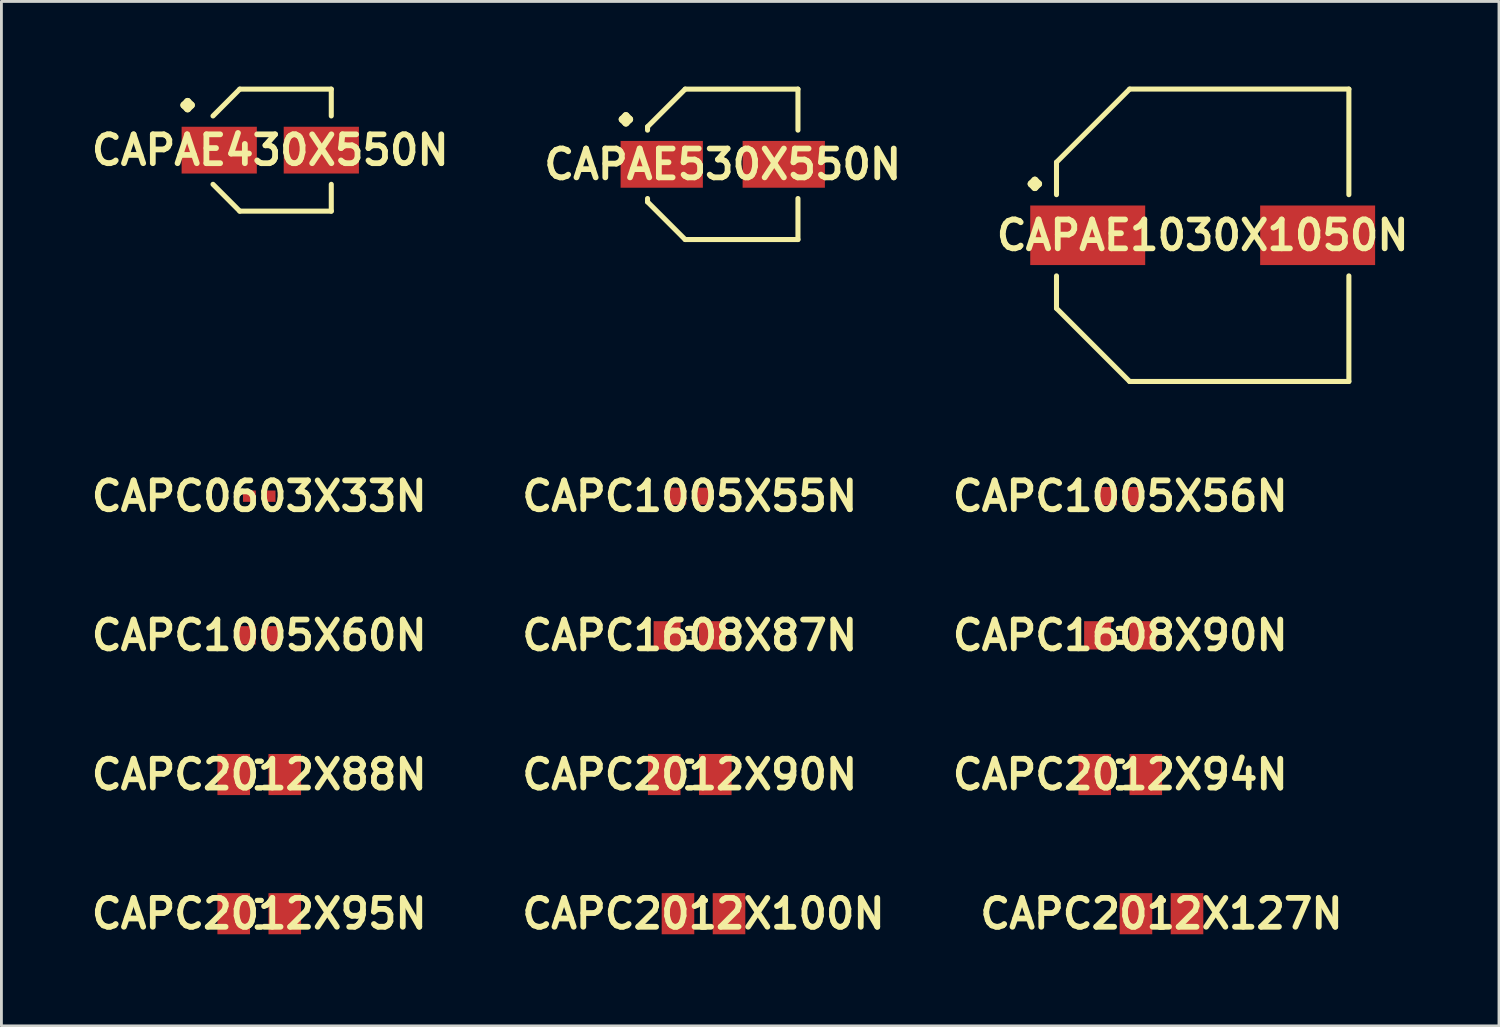
<source format=kicad_pcb>
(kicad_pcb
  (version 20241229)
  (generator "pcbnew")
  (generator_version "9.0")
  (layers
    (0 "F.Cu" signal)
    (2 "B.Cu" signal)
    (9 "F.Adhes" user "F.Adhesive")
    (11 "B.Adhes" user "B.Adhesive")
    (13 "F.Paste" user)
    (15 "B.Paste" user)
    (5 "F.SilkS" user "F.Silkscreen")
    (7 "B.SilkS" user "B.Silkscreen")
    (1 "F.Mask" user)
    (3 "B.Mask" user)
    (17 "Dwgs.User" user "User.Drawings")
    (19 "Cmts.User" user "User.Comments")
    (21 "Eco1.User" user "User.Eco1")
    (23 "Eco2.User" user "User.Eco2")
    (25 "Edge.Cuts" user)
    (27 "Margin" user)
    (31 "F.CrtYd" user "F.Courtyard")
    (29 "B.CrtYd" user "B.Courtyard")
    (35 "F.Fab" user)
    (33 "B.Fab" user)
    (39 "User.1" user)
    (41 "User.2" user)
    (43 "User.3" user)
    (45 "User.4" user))
  (footprint "CAPC1608X90N"
    (layer "F.Cu")
    (at 36.407 19.328)
    (property "Reference" "CAPC1608X90N" (at 0 0 0) (layer "F.SilkS") (effects (font (size 1.016 1.016) (thickness 0.203))))
    (attr smd)
    (fp_line (start -0.069 -0.244) (end 0.069 -0.244) (stroke (width 0.178) (type solid)) (layer "F.SilkS"))
    (fp_line (start -0.069 0.244) (end 0.069 0.244) (stroke (width 0.178) (type solid)) (layer "F.SilkS"))
    (fp_line (start 0.069 -0.244) (end -0.069 -0.244) (stroke (width 0.178) (type solid)) (layer "F.SilkS"))
    (fp_line (start 0.069 0.244) (end -0.069 0.244) (stroke (width 0.178) (type solid)) (layer "F.SilkS"))
    (pad "1" smd rect (at -0.798 0) (size 0.95 0.998) (layers "F.Cu" "F.Mask" "F.Paste"))
    (pad "2" smd rect (at 0.798 0) (size 0.95 0.998) (layers "F.Cu" "F.Mask" "F.Paste")))
  (footprint "CAPC2012X95N"
    (layer "F.Cu")
    (at 6.081 29.132)
    (property "Reference" "CAPC2012X95N" (at 0 0 0) (layer "F.SilkS") (effects (font (size 1.016 1.016) (thickness 0.203))))
    (attr smd)
    (fp_line (start -0.069 -0.47) (end 0.069 -0.47) (stroke (width 0.178) (type solid)) (layer "F.SilkS"))
    (fp_line (start -0.069 0.47) (end 0.069 0.47) (stroke (width 0.178) (type solid)) (layer "F.SilkS"))
    (fp_line (start 0.069 -0.47) (end -0.069 -0.47) (stroke (width 0.178) (type solid)) (layer "F.SilkS"))
    (fp_line (start 0.069 0.47) (end -0.069 0.47) (stroke (width 0.178) (type solid)) (layer "F.SilkS"))
    (pad "1" smd rect (at -0.899 0) (size 1.148 1.448) (layers "F.Cu" "F.Mask" "F.Paste"))
    (pad "2" smd rect (at 0.899 0) (size 1.148 1.448) (layers "F.Cu" "F.Mask" "F.Paste")))
  (footprint "CAPC1005X55N"
    (layer "F.Cu")
    (at 21.244 14.426)
    (property "Reference" "CAPC1005X55N" (at 0 0 0) (layer "F.SilkS") (effects (font (size 1.016 1.016) (thickness 0.203))))
    (attr smd)
    (pad "1" smd rect (at -0.45 0) (size 0.648 0.599) (layers "F.Cu" "F.Mask" "F.Paste"))
    (pad "2" smd rect (at 0.45 0) (size 0.648 0.599) (layers "F.Cu" "F.Mask" "F.Paste")))
  (footprint "CAPC2012X90N"
    (layer "F.Cu")
    (at 21.244 24.23)
    (property "Reference" "CAPC2012X90N" (at 0 0 0) (layer "F.SilkS") (effects (font (size 1.016 1.016) (thickness 0.203))))
    (attr smd)
    (fp_line (start -0.069 -0.47) (end 0.069 -0.47) (stroke (width 0.178) (type solid)) (layer "F.SilkS"))
    (fp_line (start -0.069 0.47) (end 0.069 0.47) (stroke (width 0.178) (type solid)) (layer "F.SilkS"))
    (fp_line (start 0.069 -0.47) (end -0.069 -0.47) (stroke (width 0.178) (type solid)) (layer "F.SilkS"))
    (fp_line (start 0.069 0.47) (end -0.069 0.47) (stroke (width 0.178) (type solid)) (layer "F.SilkS"))
    (pad "1" smd rect (at -0.899 0) (size 1.148 1.448) (layers "F.Cu" "F.Mask" "F.Paste"))
    (pad "2" smd rect (at 0.899 0) (size 1.148 1.448) (layers "F.Cu" "F.Mask" "F.Paste")))
  (footprint "CAPC2012X127N"
    (layer "F.Cu")
    (at 37.859 29.132)
    (property "Reference" "CAPC2012X127N" (at 0 0 0) (layer "F.SilkS") (effects (font (size 1.016 1.016) (thickness 0.203))))
    (attr smd)
    (fp_line (start -0.069 -0.47) (end 0.069 -0.47) (stroke (width 0.178) (type solid)) (layer "F.SilkS"))
    (fp_line (start -0.069 0.47) (end 0.069 0.47) (stroke (width 0.178) (type solid)) (layer "F.SilkS"))
    (fp_line (start 0.069 -0.47) (end -0.069 -0.47) (stroke (width 0.178) (type solid)) (layer "F.SilkS"))
    (fp_line (start 0.069 0.47) (end -0.069 0.47) (stroke (width 0.178) (type solid)) (layer "F.SilkS"))
    (pad "1" smd rect (at -0.899 0) (size 1.148 1.448) (layers "F.Cu" "F.Mask" "F.Paste"))
    (pad "2" smd rect (at 0.899 0) (size 1.148 1.448) (layers "F.Cu" "F.Mask" "F.Paste")))
  (footprint "CAPC1005X56N"
    (layer "F.Cu")
    (at 36.407 14.426)
    (property "Reference" "CAPC1005X56N" (at 0 0 0) (layer "F.SilkS") (effects (font (size 1.016 1.016) (thickness 0.203))))
    (attr smd)
    (pad "1" smd rect (at -0.45 0) (size 0.648 0.648) (layers "F.Cu" "F.Mask" "F.Paste"))
    (pad "2" smd rect (at 0.45 0) (size 0.648 0.648) (layers "F.Cu" "F.Mask" "F.Paste")))
  (footprint "CAPC2012X94N"
    (layer "F.Cu")
    (at 36.407 24.23)
    (property "Reference" "CAPC2012X94N" (at 0 0 0) (layer "F.SilkS") (effects (font (size 1.016 1.016) (thickness 0.203))))
    (attr smd)
    (fp_line (start -0.069 -0.47) (end 0.069 -0.47) (stroke (width 0.178) (type solid)) (layer "F.SilkS"))
    (fp_line (start -0.069 0.47) (end 0.069 0.47) (stroke (width 0.178) (type solid)) (layer "F.SilkS"))
    (fp_line (start 0.069 -0.47) (end -0.069 -0.47) (stroke (width 0.178) (type solid)) (layer "F.SilkS"))
    (fp_line (start 0.069 0.47) (end -0.069 0.47) (stroke (width 0.178) (type solid)) (layer "F.SilkS"))
    (pad "1" smd rect (at -0.899 0) (size 1.148 1.448) (layers "F.Cu" "F.Mask" "F.Paste"))
    (pad "2" smd rect (at 0.899 0) (size 1.148 1.448) (layers "F.Cu" "F.Mask" "F.Paste")))
  (footprint "CAPAE430X550N"
    (layer "F.Cu")
    (at 6.469 2.238)
    (property "Reference" "CAPAE430X550N" (at 0 0 0) (layer "F.SilkS") (effects (font (size 1.016 1.016) (thickness 0.203))))
    (attr smd)
    (fp_line (start -3.038 -1.585) (end -2.911 -1.712) (stroke (width 0.254) (type solid)) (layer "F.SilkS"))
    (fp_line (start -2.911 -1.712) (end -2.784 -1.585) (stroke (width 0.254) (type solid)) (layer "F.SilkS"))
    (fp_line (start -2.911 -1.458) (end -3.038 -1.585) (stroke (width 0.254) (type solid)) (layer "F.SilkS"))
    (fp_line (start -2.784 -1.585) (end -2.911 -1.458) (stroke (width 0.254) (type solid)) (layer "F.SilkS"))
    (fp_line (start -1.074 -2.149) (end -2.017 -1.204) (stroke (width 0.178) (type solid)) (layer "F.SilkS"))
    (fp_line (start -1.074 2.149) (end -2.017 1.204) (stroke (width 0.178) (type solid)) (layer "F.SilkS"))
    (fp_line (start 2.149 -2.149) (end -1.074 -2.149) (stroke (width 0.178) (type solid)) (layer "F.SilkS"))
    (fp_line (start 2.149 -1.204) (end 2.149 -2.149) (stroke (width 0.178) (type solid)) (layer "F.SilkS"))
    (fp_line (start 2.149 1.204) (end 2.149 2.149) (stroke (width 0.178) (type solid)) (layer "F.SilkS"))
    (fp_line (start 2.149 2.149) (end -1.074 2.149) (stroke (width 0.178) (type solid)) (layer "F.SilkS"))
    (pad "1" smd rect (at -1.798 0) (size 2.649 1.648) (layers "F.Cu" "F.Mask" "F.Paste"))
    (pad "2" smd rect (at 1.798 0) (size 2.649 1.648) (layers "F.Cu" "F.Mask" "F.Paste")))
  (footprint "CAPC1005X60N"
    (layer "F.Cu")
    (at 6.081 19.328)
    (property "Reference" "CAPC1005X60N" (at 0 0 0) (layer "F.SilkS") (effects (font (size 1.016 1.016) (thickness 0.203))))
    (attr smd)
    (pad "1" smd rect (at -0.45 0) (size 0.648 0.648) (layers "F.Cu" "F.Mask" "F.Paste"))
    (pad "2" smd rect (at 0.45 0) (size 0.648 0.648) (layers "F.Cu" "F.Mask" "F.Paste")))
  (footprint "CAPAE1030X1050N"
    (layer "F.Cu")
    (at 39.31 5.237)
    (property "Reference" "CAPAE1030X1050N" (at 0 0 0) (layer "F.SilkS") (effects (font (size 1.016 1.016) (thickness 0.203))))
    (attr smd)
    (fp_line (start -6.038 -1.811) (end -5.911 -1.938) (stroke (width 0.254) (type solid)) (layer "F.SilkS"))
    (fp_line (start -5.911 -1.938) (end -5.784 -1.811) (stroke (width 0.254) (type solid)) (layer "F.SilkS"))
    (fp_line (start -5.911 -1.684) (end -6.038 -1.811) (stroke (width 0.254) (type solid)) (layer "F.SilkS"))
    (fp_line (start -5.784 -1.811) (end -5.911 -1.684) (stroke (width 0.254) (type solid)) (layer "F.SilkS"))
    (fp_line (start -5.149 -2.573) (end -5.149 -1.43) (stroke (width 0.178) (type solid)) (layer "F.SilkS"))
    (fp_line (start -5.149 2.573) (end -5.149 1.43) (stroke (width 0.178) (type solid)) (layer "F.SilkS"))
    (fp_line (start -2.573 -5.149) (end -5.149 -2.573) (stroke (width 0.178) (type solid)) (layer "F.SilkS"))
    (fp_line (start -2.573 5.149) (end -5.149 2.573) (stroke (width 0.178) (type solid)) (layer "F.SilkS"))
    (fp_line (start 5.149 -5.149) (end -2.573 -5.149) (stroke (width 0.178) (type solid)) (layer "F.SilkS"))
    (fp_line (start 5.149 -1.43) (end 5.149 -5.149) (stroke (width 0.178) (type solid)) (layer "F.SilkS"))
    (fp_line (start 5.149 1.43) (end 5.149 5.149) (stroke (width 0.178) (type solid)) (layer "F.SilkS"))
    (fp_line (start 5.149 5.149) (end -2.573 5.149) (stroke (width 0.178) (type solid)) (layer "F.SilkS"))
    (pad "1" smd rect (at -4.049 0) (size 4.049 2.098) (layers "F.Cu" "F.Mask" "F.Paste"))
    (pad "2" smd rect (at 4.049 0) (size 4.049 2.098) (layers "F.Cu" "F.Mask" "F.Paste")))
  (footprint "CAPAE530X550N"
    (layer "F.Cu")
    (at 22.406 2.738)
    (property "Reference" "CAPAE530X550N" (at 0 0 0) (layer "F.SilkS") (effects (font (size 1.016 1.016) (thickness 0.203))))
    (attr smd)
    (fp_line (start -3.538 -1.585) (end -3.411 -1.712) (stroke (width 0.254) (type solid)) (layer "F.SilkS"))
    (fp_line (start -3.411 -1.712) (end -3.284 -1.585) (stroke (width 0.254) (type solid)) (layer "F.SilkS"))
    (fp_line (start -3.411 -1.458) (end -3.538 -1.585) (stroke (width 0.254) (type solid)) (layer "F.SilkS"))
    (fp_line (start -3.284 -1.585) (end -3.411 -1.458) (stroke (width 0.254) (type solid)) (layer "F.SilkS"))
    (fp_line (start -2.649 -1.323) (end -2.649 -1.204) (stroke (width 0.178) (type solid)) (layer "F.SilkS"))
    (fp_line (start -2.649 1.323) (end -2.649 1.204) (stroke (width 0.178) (type solid)) (layer "F.SilkS"))
    (fp_line (start -1.323 -2.649) (end -2.649 -1.323) (stroke (width 0.178) (type solid)) (layer "F.SilkS"))
    (fp_line (start -1.323 2.649) (end -2.649 1.323) (stroke (width 0.178) (type solid)) (layer "F.SilkS"))
    (fp_line (start 2.649 -2.649) (end -1.323 -2.649) (stroke (width 0.178) (type solid)) (layer "F.SilkS"))
    (fp_line (start 2.649 -1.204) (end 2.649 -2.649) (stroke (width 0.178) (type solid)) (layer "F.SilkS"))
    (fp_line (start 2.649 1.204) (end 2.649 2.649) (stroke (width 0.178) (type solid)) (layer "F.SilkS"))
    (fp_line (start 2.649 2.649) (end -1.323 2.649) (stroke (width 0.178) (type solid)) (layer "F.SilkS"))
    (pad "1" smd rect (at -2.149 0) (size 2.898 1.648) (layers "F.Cu" "F.Mask" "F.Paste"))
    (pad "2" smd rect (at 2.149 0) (size 2.898 1.648) (layers "F.Cu" "F.Mask" "F.Paste")))
  (footprint "CAPC0603X33N"
    (layer "F.Cu")
    (at 6.081 14.426)
    (property "Reference" "CAPC0603X33N" (at 0 0 0) (layer "F.SilkS") (effects (font (size 1.016 1.016) (thickness 0.203))))
    (attr smd)
    (pad "1" smd rect (at -0.348 0) (size 0.45 0.399) (layers "F.Cu" "F.Mask" "F.Paste"))
    (pad "2" smd rect (at 0.348 0) (size 0.45 0.399) (layers "F.Cu" "F.Mask" "F.Paste")))
  (footprint "CAPC1608X87N"
    (layer "F.Cu")
    (at 21.244 19.328)
    (property "Reference" "CAPC1608X87N" (at 0 0 0) (layer "F.SilkS") (effects (font (size 1.016 1.016) (thickness 0.203))))
    (attr smd)
    (fp_line (start -0.069 -0.244) (end 0.069 -0.244) (stroke (width 0.178) (type solid)) (layer "F.SilkS"))
    (fp_line (start -0.069 0.244) (end 0.069 0.244) (stroke (width 0.178) (type solid)) (layer "F.SilkS"))
    (fp_line (start 0.069 -0.244) (end -0.069 -0.244) (stroke (width 0.178) (type solid)) (layer "F.SilkS"))
    (fp_line (start 0.069 0.244) (end -0.069 0.244) (stroke (width 0.178) (type solid)) (layer "F.SilkS"))
    (pad "1" smd rect (at -0.798 0) (size 0.95 0.998) (layers "F.Cu" "F.Mask" "F.Paste"))
    (pad "2" smd rect (at 0.798 0) (size 0.95 0.998) (layers "F.Cu" "F.Mask" "F.Paste")))
  (footprint "CAPC2012X88N"
    (layer "F.Cu")
    (at 6.081 24.23)
    (property "Reference" "CAPC2012X88N" (at 0 0 0) (layer "F.SilkS") (effects (font (size 1.016 1.016) (thickness 0.203))))
    (attr smd)
    (fp_line (start -0.069 -0.47) (end 0.069 -0.47) (stroke (width 0.178) (type solid)) (layer "F.SilkS"))
    (fp_line (start -0.069 0.47) (end 0.069 0.47) (stroke (width 0.178) (type solid)) (layer "F.SilkS"))
    (fp_line (start 0.069 -0.47) (end -0.069 -0.47) (stroke (width 0.178) (type solid)) (layer "F.SilkS"))
    (fp_line (start 0.069 0.47) (end -0.069 0.47) (stroke (width 0.178) (type solid)) (layer "F.SilkS"))
    (pad "1" smd rect (at -0.899 0) (size 1.148 1.448) (layers "F.Cu" "F.Mask" "F.Paste"))
    (pad "2" smd rect (at 0.899 0) (size 1.148 1.448) (layers "F.Cu" "F.Mask" "F.Paste")))
  (footprint "CAPC2012X100N"
    (layer "F.Cu")
    (at 21.728 29.132)
    (property "Reference" "CAPC2012X100N" (at 0 0 0) (layer "F.SilkS") (effects (font (size 1.016 1.016) (thickness 0.203))))
    (attr smd)
    (fp_line (start -0.069 -0.47) (end 0.069 -0.47) (stroke (width 0.178) (type solid)) (layer "F.SilkS"))
    (fp_line (start -0.069 0.47) (end 0.069 0.47) (stroke (width 0.178) (type solid)) (layer "F.SilkS"))
    (fp_line (start 0.069 -0.47) (end -0.069 -0.47) (stroke (width 0.178) (type solid)) (layer "F.SilkS"))
    (fp_line (start 0.069 0.47) (end -0.069 0.47) (stroke (width 0.178) (type solid)) (layer "F.SilkS"))
    (pad "1" smd rect (at -0.899 0) (size 1.148 1.448) (layers "F.Cu" "F.Mask" "F.Paste"))
    (pad "2" smd rect (at 0.899 0) (size 1.148 1.448) (layers "F.Cu" "F.Mask" "F.Paste")))
  (gr_rect
    (start -3 -3)
    (end 49.746 33.083)
    (stroke (width 0.1) (type default))
    (fill no)
    (layer "Edge.Cuts")))
</source>
